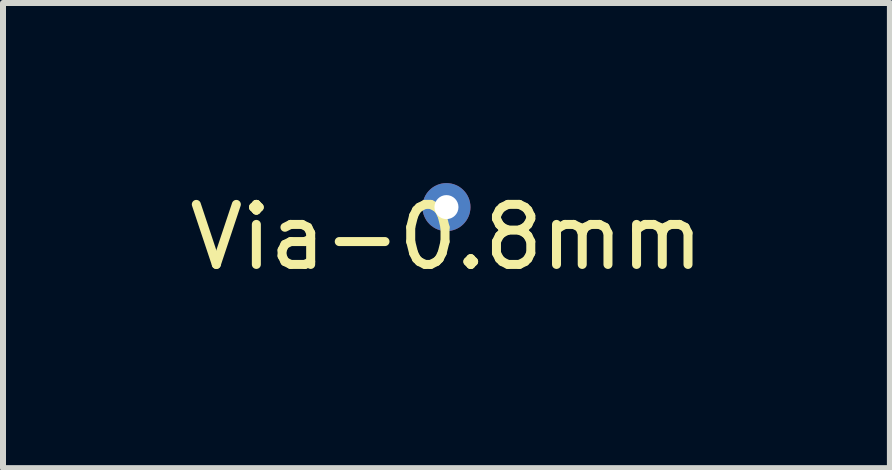
<source format=kicad_pcb>
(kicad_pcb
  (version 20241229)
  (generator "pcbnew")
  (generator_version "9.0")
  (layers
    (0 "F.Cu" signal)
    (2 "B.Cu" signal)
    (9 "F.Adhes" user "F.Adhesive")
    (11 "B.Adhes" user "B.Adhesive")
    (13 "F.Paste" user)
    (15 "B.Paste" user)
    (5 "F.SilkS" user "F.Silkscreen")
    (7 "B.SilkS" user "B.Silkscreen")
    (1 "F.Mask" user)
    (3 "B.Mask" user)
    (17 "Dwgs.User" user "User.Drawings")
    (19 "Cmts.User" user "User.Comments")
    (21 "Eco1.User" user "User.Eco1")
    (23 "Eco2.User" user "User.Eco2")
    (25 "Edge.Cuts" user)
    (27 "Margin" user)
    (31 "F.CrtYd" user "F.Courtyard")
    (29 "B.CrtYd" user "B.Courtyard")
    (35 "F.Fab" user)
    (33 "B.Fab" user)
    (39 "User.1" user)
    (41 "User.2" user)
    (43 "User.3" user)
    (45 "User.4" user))
  (footprint "Via-0.8mm"
    (layer "F.Cu")
    (at 4.387 0.4)
    (property "Reference" "Via-0.8mm" (at 0 0.5 0) (layer "F.SilkS") (effects (font (size 1 1) (thickness 0.15))))
    (attr through_hole)
    (pad "1" thru_hole circle (at 0 0) (size 0.8 0.8) (drill 0.4) (layers "*.Cu")))
  (gr_rect
    (start -3 -3)
    (end 11.774 4.748)
    (stroke (width 0.1) (type default))
    (fill no)
    (layer "Edge.Cuts")))
</source>
